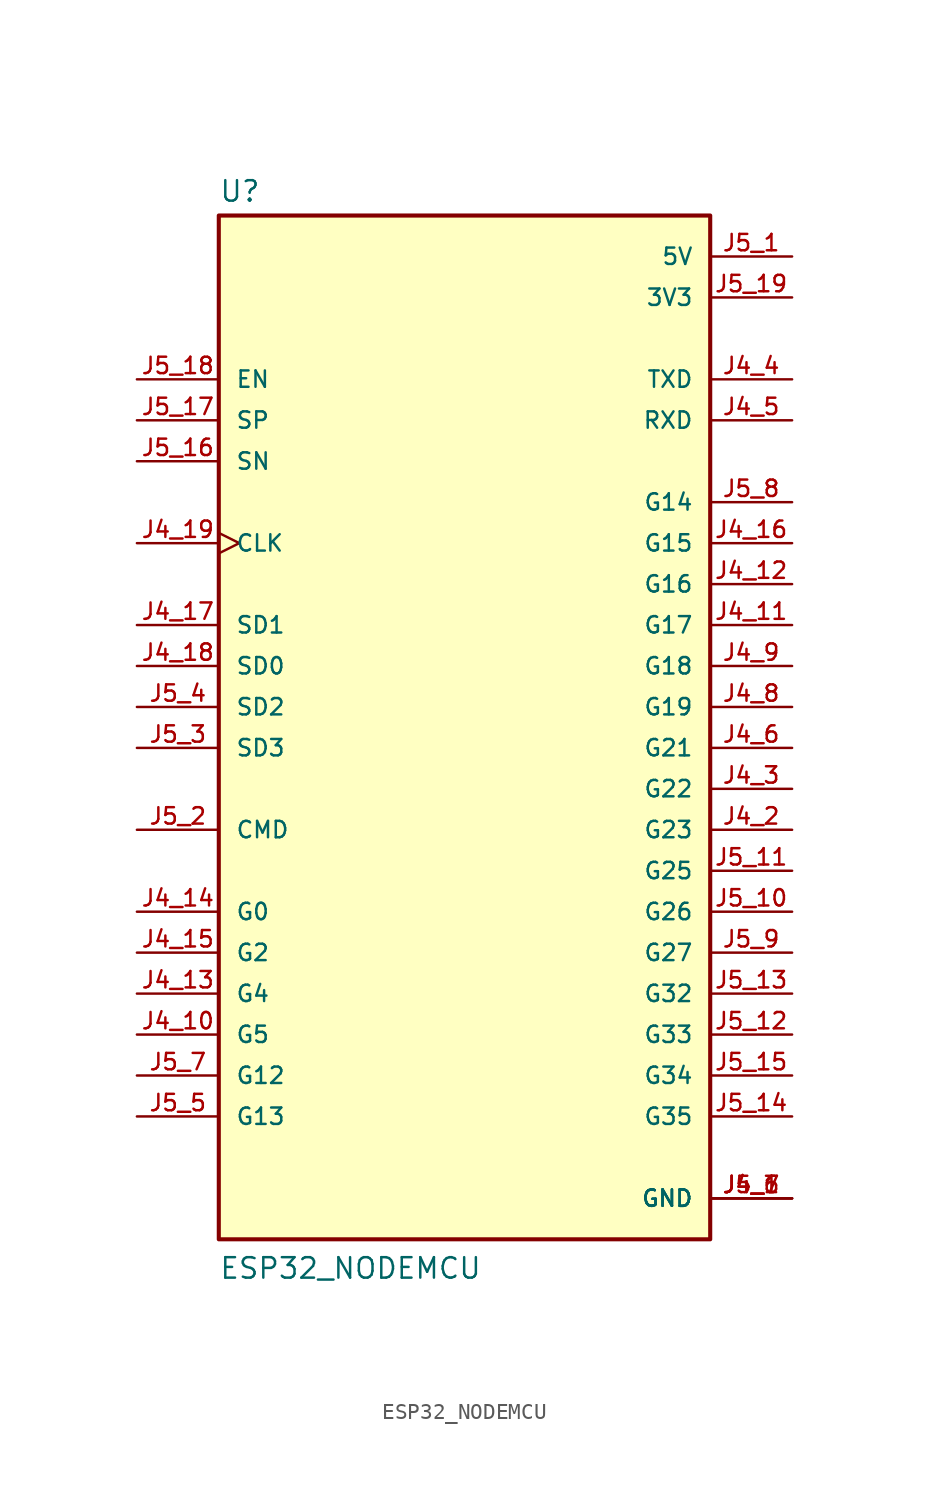
<source format=kicad_sym>
(kicad_symbol_lib
  (version 20211014)
  (generator kicad_symbol_editor)
  (symbol "ESP32_NODEMCU"
    (pin_names
      (offset 1.016))
    (property "Reference" "U"
      (at -15.24 31.242 0)
      (effects (font (size 1.27 1.27)) (justify bottom left)))
    (property "Value" "ESP32_NODEMCU"
      (at -15.24 -35.56 0)
      (effects (font (size 1.27 1.27)) (justify bottom left)))
    (symbol "ESP32_NODEMCU_0_0"
      (rectangle (start -15.24 -33.02) (end 15.24 30.48) (stroke (width 0.254)) (fill (type background)))
      (pin power_in line (at 20.32 25.4 180.0) (length 5.08) (name "3V3" (effects (font (size 1.016 1.016)))) (number "J5_19" (effects (font (size 1.016 1.016)))))
      (pin input line (at -20.32 20.32 0) (length 5.08) (name "EN" (effects (font (size 1.016 1.016)))) (number "J5_18" (effects (font (size 1.016 1.016)))))
      (pin input line (at -20.32 17.78 0) (length 5.08) (name "SP" (effects (font (size 1.016 1.016)))) (number "J5_17" (effects (font (size 1.016 1.016)))))
      (pin input line (at -20.32 15.24 0) (length 5.08) (name "SN" (effects (font (size 1.016 1.016)))) (number "J5_16" (effects (font (size 1.016 1.016)))))
      (pin bidirectional line (at 20.32 -22.86 180.0) (length 5.08) (name "G34" (effects (font (size 1.016 1.016)))) (number "J5_15" (effects (font (size 1.016 1.016)))))
      (pin bidirectional line (at 20.32 -25.4 180.0) (length 5.08) (name "G35" (effects (font (size 1.016 1.016)))) (number "J5_14" (effects (font (size 1.016 1.016)))))
      (pin bidirectional line (at 20.32 -17.78 180.0) (length 5.08) (name "G32" (effects (font (size 1.016 1.016)))) (number "J5_13" (effects (font (size 1.016 1.016)))))
      (pin bidirectional line (at 20.32 -20.32 180.0) (length 5.08) (name "G33" (effects (font (size 1.016 1.016)))) (number "J5_12" (effects (font (size 1.016 1.016)))))
      (pin bidirectional line (at 20.32 -10.16 180.0) (length 5.08) (name "G25" (effects (font (size 1.016 1.016)))) (number "J5_11" (effects (font (size 1.016 1.016)))))
      (pin bidirectional line (at 20.32 -12.7 180.0) (length 5.08) (name "G26" (effects (font (size 1.016 1.016)))) (number "J5_10" (effects (font (size 1.016 1.016)))))
      (pin bidirectional line (at 20.32 -15.24 180.0) (length 5.08) (name "G27" (effects (font (size 1.016 1.016)))) (number "J5_9" (effects (font (size 1.016 1.016)))))
      (pin bidirectional line (at 20.32 12.7 180.0) (length 5.08) (name "G14" (effects (font (size 1.016 1.016)))) (number "J5_8" (effects (font (size 1.016 1.016)))))
      (pin bidirectional line (at -20.32 -22.86 0) (length 5.08) (name "G12" (effects (font (size 1.016 1.016)))) (number "J5_7" (effects (font (size 1.016 1.016)))))
      (pin power_in line (at 20.32 -30.48 180.0) (length 5.08) (name "GND" (effects (font (size 1.016 1.016)))) (number "J4_1" (effects (font (size 1.016 1.016)))))
      (pin power_in line (at 20.32 -30.48 180.0) (length 5.08) (name "GND" (effects (font (size 1.016 1.016)))) (number "J4_7" (effects (font (size 1.016 1.016)))))
      (pin power_in line (at 20.32 -30.48 180.0) (length 5.08) (name "GND" (effects (font (size 1.016 1.016)))) (number "J5_6" (effects (font (size 1.016 1.016)))))
      (pin bidirectional line (at -20.32 -25.4 0) (length 5.08) (name "G13" (effects (font (size 1.016 1.016)))) (number "J5_5" (effects (font (size 1.016 1.016)))))
      (pin bidirectional line (at -20.32 0.0 0) (length 5.08) (name "SD2" (effects (font (size 1.016 1.016)))) (number "J5_4" (effects (font (size 1.016 1.016)))))
      (pin bidirectional line (at -20.32 -2.54 0) (length 5.08) (name "SD3" (effects (font (size 1.016 1.016)))) (number "J5_3" (effects (font (size 1.016 1.016)))))
      (pin bidirectional line (at -20.32 -7.62 0) (length 5.08) (name "CMD" (effects (font (size 1.016 1.016)))) (number "J5_2" (effects (font (size 1.016 1.016)))))
      (pin power_in line (at 20.32 27.94 180.0) (length 5.08) (name "5V" (effects (font (size 1.016 1.016)))) (number "J5_1" (effects (font (size 1.016 1.016)))))
      (pin input clock (at -20.32 10.16 0) (length 5.08) (name "CLK" (effects (font (size 1.016 1.016)))) (number "J4_19" (effects (font (size 1.016 1.016)))))
      (pin bidirectional line (at -20.32 2.54 0) (length 5.08) (name "SD0" (effects (font (size 1.016 1.016)))) (number "J4_18" (effects (font (size 1.016 1.016)))))
      (pin bidirectional line (at -20.32 5.08 0) (length 5.08) (name "SD1" (effects (font (size 1.016 1.016)))) (number "J4_17" (effects (font (size 1.016 1.016)))))
      (pin bidirectional line (at 20.32 10.16 180.0) (length 5.08) (name "G15" (effects (font (size 1.016 1.016)))) (number "J4_16" (effects (font (size 1.016 1.016)))))
      (pin bidirectional line (at -20.32 -15.24 0) (length 5.08) (name "G2" (effects (font (size 1.016 1.016)))) (number "J4_15" (effects (font (size 1.016 1.016)))))
      (pin bidirectional line (at -20.32 -12.7 0) (length 5.08) (name "G0" (effects (font (size 1.016 1.016)))) (number "J4_14" (effects (font (size 1.016 1.016)))))
      (pin bidirectional line (at -20.32 -17.78 0) (length 5.08) (name "G4" (effects (font (size 1.016 1.016)))) (number "J4_13" (effects (font (size 1.016 1.016)))))
      (pin bidirectional line (at 20.32 7.62 180.0) (length 5.08) (name "G16" (effects (font (size 1.016 1.016)))) (number "J4_12" (effects (font (size 1.016 1.016)))))
      (pin bidirectional line (at 20.32 5.08 180.0) (length 5.08) (name "G17" (effects (font (size 1.016 1.016)))) (number "J4_11" (effects (font (size 1.016 1.016)))))
      (pin bidirectional line (at -20.32 -20.32 0) (length 5.08) (name "G5" (effects (font (size 1.016 1.016)))) (number "J4_10" (effects (font (size 1.016 1.016)))))
      (pin bidirectional line (at 20.32 2.54 180.0) (length 5.08) (name "G18" (effects (font (size 1.016 1.016)))) (number "J4_9" (effects (font (size 1.016 1.016)))))
      (pin bidirectional line (at 20.32 0.0 180.0) (length 5.08) (name "G19" (effects (font (size 1.016 1.016)))) (number "J4_8" (effects (font (size 1.016 1.016)))))
      (pin bidirectional line (at 20.32 -2.54 180.0) (length 5.08) (name "G21" (effects (font (size 1.016 1.016)))) (number "J4_6" (effects (font (size 1.016 1.016)))))
      (pin input line (at 20.32 17.78 180.0) (length 5.08) (name "RXD" (effects (font (size 1.016 1.016)))) (number "J4_5" (effects (font (size 1.016 1.016)))))
      (pin output line (at 20.32 20.32 180.0) (length 5.08) (name "TXD" (effects (font (size 1.016 1.016)))) (number "J4_4" (effects (font (size 1.016 1.016)))))
      (pin bidirectional line (at 20.32 -5.08 180.0) (length 5.08) (name "G22" (effects (font (size 1.016 1.016)))) (number "J4_3" (effects (font (size 1.016 1.016)))))
      (pin bidirectional line (at 20.32 -7.62 180.0) (length 5.08) (name "G23" (effects (font (size 1.016 1.016)))) (number "J4_2" (effects (font (size 1.016 1.016))))))))
</source>
